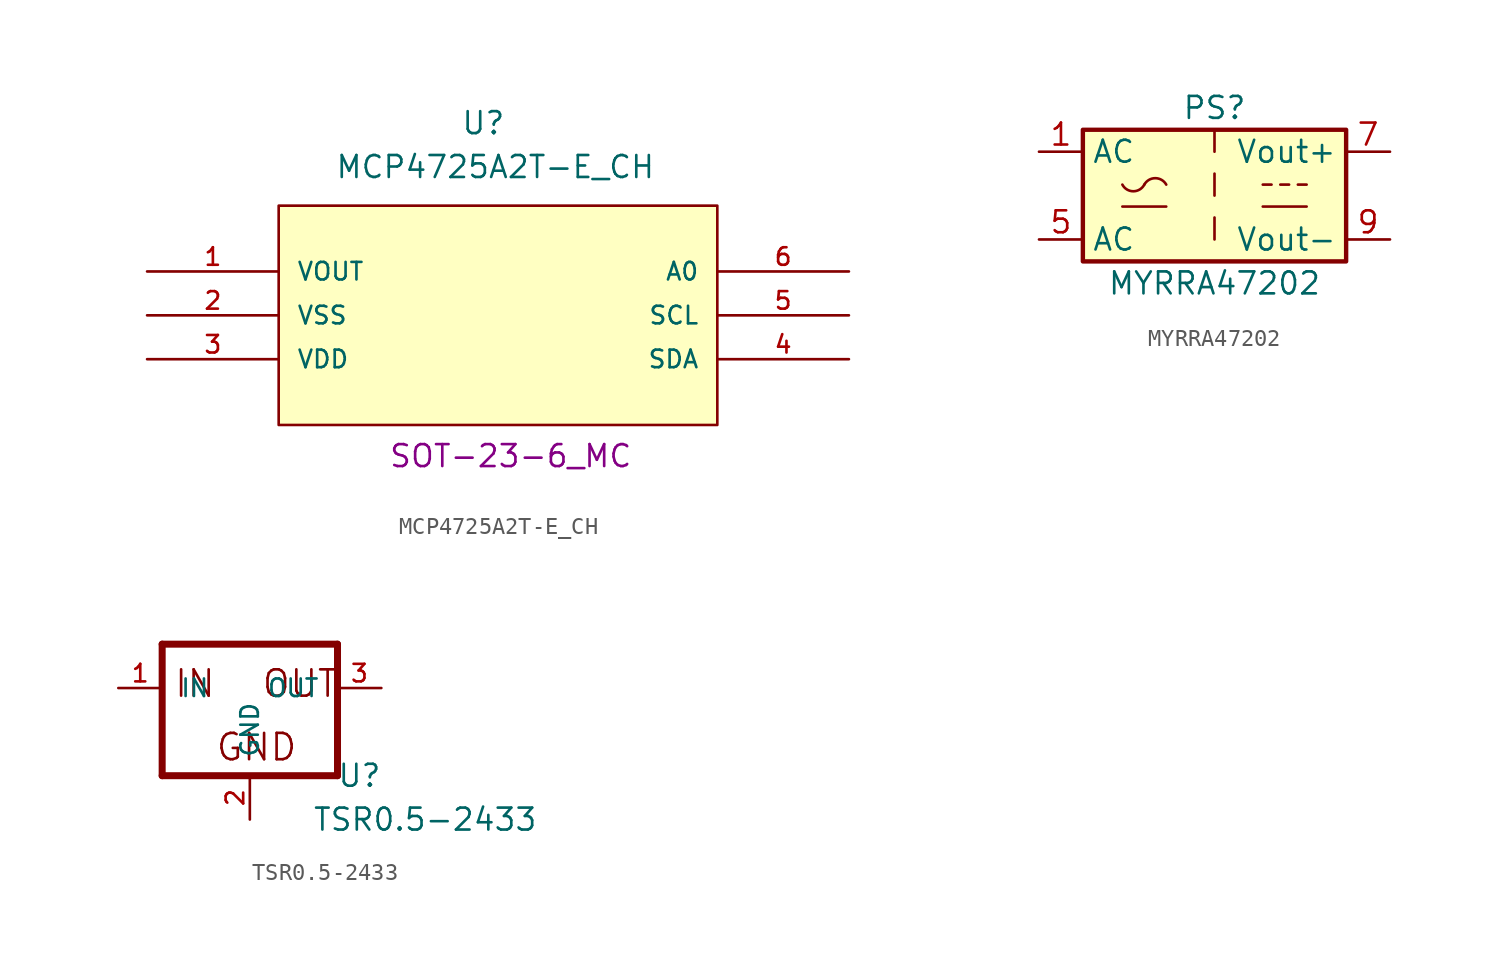
<source format=kicad_sym>
(kicad_symbol_lib
  (version 20231120)
  (generator "kicad_symbol_editor")
  (generator_version "8.0")
  (symbol "MCP4725A2T-E_CH"
    (pin_names
      (offset 1.016))
    (property "Reference" "U"
      (at 15.621 6.579 0)
      (effects (font (size 1.27 1.27)) (justify left bottom)))
    (property "Value" "MCP4725A2T-E_CH"
      (at 8.331 4.039 0)
      (effects (font (size 1.27 1.27)) (justify left bottom)))
    (property "Footprint" "SOT-23-6_MC"
      (at 11.43 -12.7 0)
      (effects (font (size 1.27 1.27)) (justify left bottom)))
    (symbol "MCP4725A2T-E_CH_0_0"
      (rectangle (start 5.08 2.54) (end 30.48 -10.16) (stroke (width 0.152) (type solid)) (fill (type background)))
      (pin power_out line (at -2.54 -1.27 0) (length 7.62) (name "VOUT" (effects (font (size 1.016 1.016)))) (number "1" (effects (font (size 1.016 1.016)))))
      (pin power_in line (at -2.54 -3.81 0) (length 7.62) (name "VSS" (effects (font (size 1.016 1.016)))) (number "2" (effects (font (size 1.016 1.016)))))
      (pin power_in line (at -2.54 -6.35 0) (length 7.62) (name "VDD" (effects (font (size 1.016 1.016)))) (number "3" (effects (font (size 1.016 1.016)))))
      (pin bidirectional line (at 38.1 -6.35 180) (length 7.62) (name "SDA" (effects (font (size 1.016 1.016)))) (number "4" (effects (font (size 1.016 1.016)))))
      (pin bidirectional line (at 38.1 -3.81 180) (length 7.62) (name "SCL" (effects (font (size 1.016 1.016)))) (number "5" (effects (font (size 1.016 1.016)))))
      (pin passive line (at 38.1 -1.27 180) (length 7.62) (name "A0" (effects (font (size 1.016 1.016)))) (number "6" (effects (font (size 1.016 1.016)))))))
  (symbol "MYRRA47202"
    (property "Reference" "PS"
      (at 0 5.08 0)
      (effects (font (size 1.27 1.27))))
    (property "Value" "MYRRA47202"
      (at 0 -5.08 0)
      (effects (font (size 1.27 1.27))))
    (symbol "MYRRA47202_0_1"
      (rectangle (start -7.62 3.81) (end 7.62 -3.81) (stroke (width 0.254) (type solid)) (fill (type background)))
      (arc (start -5.334 0.635) (mid -4.699 0.2495) (end -4.064 0.635) (stroke (width 0) (type solid)) (fill (type none)))
      (arc (start -2.794 0.635) (mid -3.429 1.0072) (end -4.064 0.635) (stroke (width 0) (type solid)) (fill (type none)))
      (polyline (pts (xy -5.334 -0.635) (xy -2.794 -0.635)) (stroke (width 0) (type solid)) (fill (type none)))
      (polyline (pts (xy 2.794 -0.635) (xy 5.334 -0.635)) (stroke (width 0) (type solid)) (fill (type none)))
      (polyline (pts (xy 2.794 0.635) (xy 3.302 0.635)) (stroke (width 0) (type solid)) (fill (type none)))
      (polyline (pts (xy 3.81 0.635) (xy 4.318 0.635)) (stroke (width 0) (type solid)) (fill (type none)))
      (polyline (pts (xy 4.826 0.635) (xy 5.334 0.635)) (stroke (width 0) (type solid)) (fill (type none))))
    (symbol "MYRRA47202_1_1"
      (polyline (pts (xy 0 -1.27) (xy 0 -2.54)) (stroke (width 0) (type solid)) (fill (type none)))
      (polyline (pts (xy 0 1.27) (xy 0 0)) (stroke (width 0) (type solid)) (fill (type none)))
      (polyline (pts (xy 0 3.81) (xy 0 2.54)) (stroke (width 0) (type solid)) (fill (type none)))
      (pin power_in line (at -10.16 2.54 0) (length 2.54) (name "AC" (effects (font (size 1.27 1.27)))) (number "1" (effects (font (size 1.27 1.27)))))
      (pin power_in line (at -10.16 -2.54 0) (length 2.54) (name "AC" (effects (font (size 1.27 1.27)))) (number "5" (effects (font (size 1.27 1.27)))))
      (pin power_out line (at 10.16 2.54 180) (length 2.54) (name "Vout+" (effects (font (size 1.27 1.27)))) (number "7" (effects (font (size 1.27 1.27)))))
      (pin power_out line (at 10.16 -2.54 180) (length 2.54) (name "Vout-" (effects (font (size 1.27 1.27)))) (number "9" (effects (font (size 1.27 1.27)))))))
  (symbol "TSR0.5-2433"
    (pin_names
      (offset 1.016))
    (property "Reference" "U"
      (at 6.35 -5.08 0)
      (effects (font (size 1.27 1.27))))
    (property "Value" "TSR0.5-2433"
      (at 10.16 -7.62 0)
      (effects (font (size 1.27 1.27))))
    (symbol "TSR0.5-2433_1_1"
      (polyline (pts (xy -5.08 -5.08) (xy 5.08 -5.08)) (stroke (width 0.406) (type solid)) (fill (type none)))
      (polyline (pts (xy -5.08 2.54) (xy -5.08 -5.08)) (stroke (width 0.406) (type solid)) (fill (type none)))
      (polyline (pts (xy 5.08 -5.08) (xy 5.08 2.54)) (stroke (width 0.406) (type solid)) (fill (type none)))
      (polyline (pts (xy 5.08 2.54) (xy -5.08 2.54)) (stroke (width 0.406) (type solid)) (fill (type none)))
      (text "GND" (at -2.032 -4.318 0) (effects (font (size 1.524 1.524)) (justify left bottom)))
      (text "IN" (at -4.445 -0.635 0) (effects (font (size 1.524 1.524)) (justify left bottom)))
      (text "OUT" (at 0.635 -0.635 0) (effects (font (size 1.524 1.524)) (justify left bottom)))
      (pin input line (at -7.62 0 0) (length 2.54) (name "IN" (effects (font (size 1.016 1.016)))) (number "1" (effects (font (size 1.016 1.016)))))
      (pin input line (at 0 -7.62 90) (length 2.54) (name "GND" (effects (font (size 1.016 1.016)))) (number "2" (effects (font (size 1.016 1.016)))))
      (pin passive line (at 7.62 0 180) (length 2.54) (name "OUT" (effects (font (size 1.016 1.016)))) (number "3" (effects (font (size 1.016 1.016))))))))
</source>
